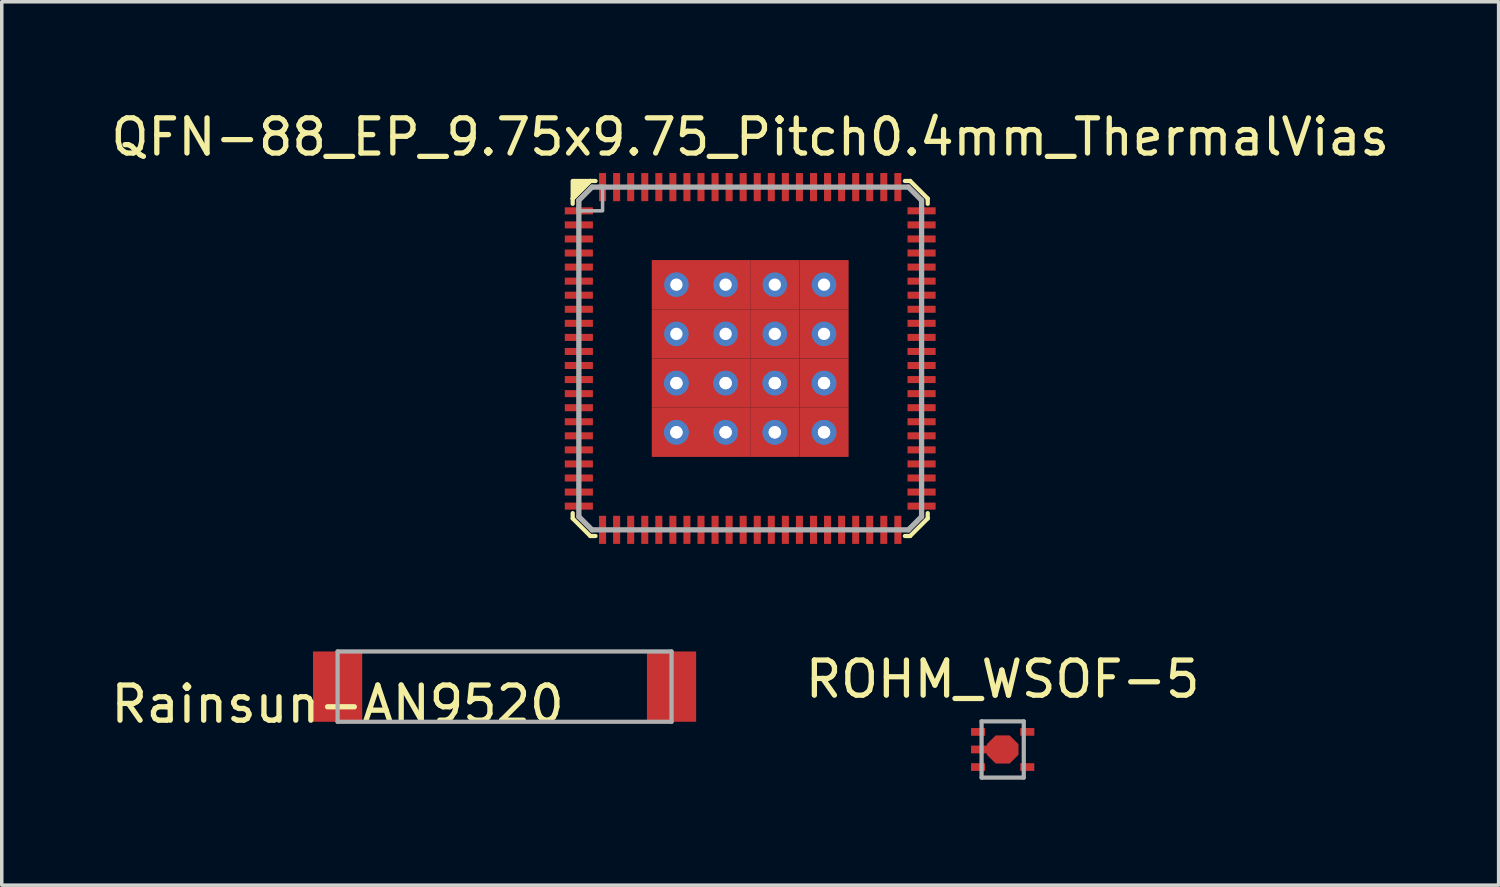
<source format=kicad_pcb>
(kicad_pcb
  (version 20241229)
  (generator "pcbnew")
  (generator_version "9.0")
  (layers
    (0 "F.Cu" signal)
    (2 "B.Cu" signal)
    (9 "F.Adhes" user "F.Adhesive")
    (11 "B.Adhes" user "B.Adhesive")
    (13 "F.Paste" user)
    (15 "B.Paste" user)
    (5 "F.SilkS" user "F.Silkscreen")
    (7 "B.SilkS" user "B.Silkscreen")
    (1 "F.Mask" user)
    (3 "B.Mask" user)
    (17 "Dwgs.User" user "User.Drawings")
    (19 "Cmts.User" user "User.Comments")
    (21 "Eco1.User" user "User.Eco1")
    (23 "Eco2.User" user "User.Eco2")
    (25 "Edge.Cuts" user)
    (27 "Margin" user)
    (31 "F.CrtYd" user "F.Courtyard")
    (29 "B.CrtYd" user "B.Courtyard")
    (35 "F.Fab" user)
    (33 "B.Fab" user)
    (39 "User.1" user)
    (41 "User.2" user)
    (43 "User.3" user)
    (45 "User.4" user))
  (footprint "ROHM_WSOF-5"
    (layer "F.Cu")
    (at 25.474 18.271)
    (property "Reference" "ROHM_WSOF-5" (at 0 -2 0) (layer "F.SilkS") (effects (font (size 1 1) (thickness 0.15))))
    (attr smd)
    (fp_line (start -0.6 -0.8) (end 0.6 -0.8) (stroke (width 0.12) (type solid)) (layer "F.Fab"))
    (fp_line (start -0.6 0.8) (end -0.6 -0.8) (stroke (width 0.12) (type solid)) (layer "F.Fab"))
    (fp_line (start 0.6 -0.8) (end 0.6 0.8) (stroke (width 0.12) (type solid)) (layer "F.Fab"))
    (fp_line (start 0.6 0.8) (end -0.6 0.8) (stroke (width 0.12) (type solid)) (layer "F.Fab"))
    (pad "1" smd rect (at -0.7 -0.5) (size 0.4 0.22) (layers "F.Cu" "F.Mask" "F.Paste"))
    (pad "2" smd rect (at -0.6 0) (size 0.6 0.22) (layers "F.Cu" "F.Mask" "F.Paste"))
    (pad "2" smd custom (at 0 0) (size 0.4 0.3) (layers "F.Cu" "F.Mask" "F.Paste") (options (anchor rect)) (primitives (gr_poly (pts (xy 0.45 -0.15) (xy 0.45 0.15) (xy 0.2 0.4) (xy -0.2 0.4) (xy -0.45 0.15) (xy -0.45 -0.15) (xy -0.2 -0.4) (xy 0.2 -0.4)) (width 0) (fill yes))))
    (pad "3" smd rect (at -0.7 0.5) (size 0.4 0.22) (layers "F.Cu" "F.Mask" "F.Paste"))
    (pad "4" smd rect (at 0.7 0.5) (size 0.4 0.22) (layers "F.Cu" "F.Mask" "F.Paste"))
    (pad "5" smd rect (at 0.7 -0.5) (size 0.4 0.22) (layers "F.Cu" "F.Mask" "F.Paste")))
  (footprint "QFN-88_EP_9.75x9.75_Pitch0.4mm_ThermalVias"
    (layer "F.Cu")
    (at 18.292 7.148)
    (property "Reference" "QFN-88_EP_9.75x9.75_Pitch0.4mm_ThermalVias" (at 0 -6.3 0) (layer "F.SilkS") (effects (font (size 1 1) (thickness 0.15))))
    (attr through_hole)
    (fp_line (start -5.05 -4.55) (end -5.05 -4.4) (stroke (width 0.12) (type solid)) (layer "F.SilkS"))
    (fp_line (start -5.05 4.4) (end -5.05 4.55) (stroke (width 0.12) (type solid)) (layer "F.SilkS"))
    (fp_line (start -5.05 4.55) (end -4.55 5.05) (stroke (width 0.12) (type solid)) (layer "F.SilkS"))
    (fp_line (start -4.55 -5.05) (end -5.05 -4.55) (stroke (width 0.12) (type solid)) (layer "F.SilkS"))
    (fp_line (start -4.55 5.05) (end -4.4 5.05) (stroke (width 0.12) (type solid)) (layer "F.SilkS"))
    (fp_line (start -4.4 -5.05) (end -4.55 -5.05) (stroke (width 0.12) (type solid)) (layer "F.SilkS"))
    (fp_line (start 4.4 5.05) (end 4.55 5.05) (stroke (width 0.12) (type solid)) (layer "F.SilkS"))
    (fp_line (start 4.55 -5.05) (end 4.4 -5.05) (stroke (width 0.12) (type solid)) (layer "F.SilkS"))
    (fp_line (start 4.55 5.05) (end 5.05 4.55) (stroke (width 0.12) (type solid)) (layer "F.SilkS"))
    (fp_line (start 5.05 -4.55) (end 4.55 -5.05) (stroke (width 0.12) (type solid)) (layer "F.SilkS"))
    (fp_line (start 5.05 -4.4) (end 5.05 -4.55) (stroke (width 0.12) (type solid)) (layer "F.SilkS"))
    (fp_line (start 5.05 4.55) (end 5.05 4.4) (stroke (width 0.12) (type solid)) (layer "F.SilkS"))
    (fp_poly (pts (xy -5.05 -4.55) (xy -5.05 -5.05) (xy -4.55 -5.05)) (stroke (width 0.12) (type solid)) (fill yes) (layer "F.SilkS"))
    (fp_line (start -4.875 -4.5) (end -4.875 4.5) (stroke (width 0.15) (type solid)) (layer "F.Fab"))
    (fp_line (start -4.875 -4.5) (end -4.5 -4.875) (stroke (width 0.15) (type solid)) (layer "F.Fab"))
    (fp_line (start -4.875 4.5) (end -4.5 4.875) (stroke (width 0.15) (type solid)) (layer "F.Fab"))
    (fp_line (start -4.5 4.875) (end 4.5 4.875) (stroke (width 0.15) (type solid)) (layer "F.Fab"))
    (fp_line (start 4.5 -4.875) (end -4.5 -4.875) (stroke (width 0.15) (type solid)) (layer "F.Fab"))
    (fp_line (start 4.5 -4.875) (end 4.875 -4.5) (stroke (width 0.15) (type solid)) (layer "F.Fab"))
    (fp_line (start 4.5 4.875) (end 4.875 4.5) (stroke (width 0.15) (type solid)) (layer "F.Fab"))
    (fp_line (start 4.875 4.5) (end 4.875 -4.5) (stroke (width 0.15) (type solid)) (layer "F.Fab"))
    (fp_poly (pts (xy -4.2 -4.2) (xy -4.9 -4.2) (xy -4.875 -4.5) (xy -4.5 -4.875) (xy -4.2 -4.9)) (stroke (width 0.1) (type solid)) (fill no) (layer "F.Fab"))
    (pad "" smd rect (at -2.1 -2.1) (size 1 1) (layers "F.Paste"))
    (pad "" smd rect (at -2.1 -0.7) (size 1 1) (layers "F.Paste"))
    (pad "" smd rect (at -2.1 0.7) (size 1 1) (layers "F.Paste"))
    (pad "" smd rect (at -2.1 2.1) (size 1 1) (layers "F.Paste"))
    (pad "" smd rect (at -0.7 -2.1) (size 1 1) (layers "F.Paste"))
    (pad "" smd rect (at -0.7 -0.7) (size 1 1) (layers "F.Paste"))
    (pad "" smd rect (at -0.7 0.7) (size 1 1) (layers "F.Paste"))
    (pad "" smd rect (at -0.7 2.1) (size 1 1) (layers "F.Paste"))
    (pad "" smd rect (at 0.7 -2.1) (size 1 1) (layers "F.Paste"))
    (pad "" smd rect (at 0.7 -0.7) (size 1 1) (layers "F.Paste"))
    (pad "" smd rect (at 0.7 0.7) (size 1 1) (layers "F.Paste"))
    (pad "" smd rect (at 0.7 2.1) (size 1 1) (layers "F.Paste"))
    (pad "" smd rect (at 2.1 -2.1) (size 1 1) (layers "F.Paste"))
    (pad "" smd rect (at 2.1 -0.7) (size 1 1) (layers "F.Paste"))
    (pad "" smd rect (at 2.1 0.7) (size 1 1) (layers "F.Paste"))
    (pad "" smd rect (at 2.1 2.1) (size 1 1) (layers "F.Paste"))
    (pad "1" smd rect (at -4.875 -4.2 90) (size 0.2 0.8) (layers "F.Cu" "F.Mask" "F.Paste"))
    (pad "2" smd rect (at -4.875 -3.8 90) (size 0.2 0.8) (layers "F.Cu" "F.Mask" "F.Paste"))
    (pad "3" smd rect (at -4.875 -3.4 90) (size 0.2 0.8) (layers "F.Cu" "F.Mask" "F.Paste"))
    (pad "4" smd rect (at -4.875 -3 90) (size 0.2 0.8) (layers "F.Cu" "F.Mask" "F.Paste"))
    (pad "5" smd rect (at -4.875 -2.6 90) (size 0.2 0.8) (layers "F.Cu" "F.Mask" "F.Paste"))
    (pad "6" smd rect (at -4.875 -2.2 90) (size 0.2 0.8) (layers "F.Cu" "F.Mask" "F.Paste"))
    (pad "7" smd rect (at -4.875 -1.8 90) (size 0.2 0.8) (layers "F.Cu" "F.Mask" "F.Paste"))
    (pad "8" smd rect (at -4.875 -1.4 90) (size 0.2 0.8) (layers "F.Cu" "F.Mask" "F.Paste"))
    (pad "9" smd rect (at -4.875 -1 90) (size 0.2 0.8) (layers "F.Cu" "F.Mask" "F.Paste"))
    (pad "10" smd rect (at -4.875 -0.6 90) (size 0.2 0.8) (layers "F.Cu" "F.Mask" "F.Paste"))
    (pad "11" smd rect (at -4.875 -0.2 90) (size 0.2 0.8) (layers "F.Cu" "F.Mask" "F.Paste"))
    (pad "12" smd rect (at -4.875 0.2 90) (size 0.2 0.8) (layers "F.Cu" "F.Mask" "F.Paste"))
    (pad "13" smd rect (at -4.875 0.6 90) (size 0.2 0.8) (layers "F.Cu" "F.Mask" "F.Paste"))
    (pad "14" smd rect (at -4.875 1 90) (size 0.2 0.8) (layers "F.Cu" "F.Mask" "F.Paste"))
    (pad "15" smd rect (at -4.875 1.4 90) (size 0.2 0.8) (layers "F.Cu" "F.Mask" "F.Paste"))
    (pad "16" smd rect (at -4.875 1.8 90) (size 0.2 0.8) (layers "F.Cu" "F.Mask" "F.Paste"))
    (pad "17" smd rect (at -4.875 2.2 90) (size 0.2 0.8) (layers "F.Cu" "F.Mask" "F.Paste"))
    (pad "18" smd rect (at -4.875 2.6 90) (size 0.2 0.8) (layers "F.Cu" "F.Mask" "F.Paste"))
    (pad "19" smd rect (at -4.875 3 90) (size 0.2 0.8) (layers "F.Cu" "F.Mask" "F.Paste"))
    (pad "20" smd rect (at -4.875 3.4 90) (size 0.2 0.8) (layers "F.Cu" "F.Mask" "F.Paste"))
    (pad "21" smd rect (at -4.875 3.8 90) (size 0.2 0.8) (layers "F.Cu" "F.Mask" "F.Paste"))
    (pad "22" smd rect (at -4.875 4.2 90) (size 0.2 0.8) (layers "F.Cu" "F.Mask" "F.Paste"))
    (pad "23" smd rect (at -4.2 4.875) (size 0.2 0.8) (layers "F.Cu" "F.Mask" "F.Paste"))
    (pad "24" smd rect (at -3.8 4.875) (size 0.2 0.8) (layers "F.Cu" "F.Mask" "F.Paste"))
    (pad "25" smd rect (at -3.4 4.875) (size 0.2 0.8) (layers "F.Cu" "F.Mask" "F.Paste"))
    (pad "26" smd rect (at -3 4.875) (size 0.2 0.8) (layers "F.Cu" "F.Mask" "F.Paste"))
    (pad "27" smd rect (at -2.6 4.875) (size 0.2 0.8) (layers "F.Cu" "F.Mask" "F.Paste"))
    (pad "28" smd rect (at -2.2 4.875) (size 0.2 0.8) (layers "F.Cu" "F.Mask" "F.Paste"))
    (pad "29" smd rect (at -1.8 4.875) (size 0.2 0.8) (layers "F.Cu" "F.Mask" "F.Paste"))
    (pad "30" smd rect (at -1.4 4.875) (size 0.2 0.8) (layers "F.Cu" "F.Mask" "F.Paste"))
    (pad "31" smd rect (at -1 4.875) (size 0.2 0.8) (layers "F.Cu" "F.Mask" "F.Paste"))
    (pad "32" smd rect (at -0.6 4.875) (size 0.2 0.8) (layers "F.Cu" "F.Mask" "F.Paste"))
    (pad "33" smd rect (at -0.2 4.875) (size 0.2 0.8) (layers "F.Cu" "F.Mask" "F.Paste"))
    (pad "34" smd rect (at 0.2 4.875) (size 0.2 0.8) (layers "F.Cu" "F.Mask" "F.Paste"))
    (pad "35" smd rect (at 0.6 4.875) (size 0.2 0.8) (layers "F.Cu" "F.Mask" "F.Paste"))
    (pad "36" smd rect (at 1 4.875) (size 0.2 0.8) (layers "F.Cu" "F.Mask" "F.Paste"))
    (pad "37" smd rect (at 1.4 4.875) (size 0.2 0.8) (layers "F.Cu" "F.Mask" "F.Paste"))
    (pad "38" smd rect (at 1.8 4.875) (size 0.2 0.8) (layers "F.Cu" "F.Mask" "F.Paste"))
    (pad "39" smd rect (at 2.2 4.875) (size 0.2 0.8) (layers "F.Cu" "F.Mask" "F.Paste"))
    (pad "40" smd rect (at 2.6 4.875) (size 0.2 0.8) (layers "F.Cu" "F.Mask" "F.Paste"))
    (pad "41" smd rect (at 3 4.875) (size 0.2 0.8) (layers "F.Cu" "F.Mask" "F.Paste"))
    (pad "42" smd rect (at 3.4 4.875) (size 0.2 0.8) (layers "F.Cu" "F.Mask" "F.Paste"))
    (pad "43" smd rect (at 3.8 4.875) (size 0.2 0.8) (layers "F.Cu" "F.Mask" "F.Paste"))
    (pad "44" smd rect (at 4.2 4.875) (size 0.2 0.8) (layers "F.Cu" "F.Mask" "F.Paste"))
    (pad "45" smd rect (at 4.875 4.2 90) (size 0.2 0.8) (layers "F.Cu" "F.Mask" "F.Paste"))
    (pad "46" smd rect (at 4.875 3.8 90) (size 0.2 0.8) (layers "F.Cu" "F.Mask" "F.Paste"))
    (pad "47" smd rect (at 4.875 3.4 90) (size 0.2 0.8) (layers "F.Cu" "F.Mask" "F.Paste"))
    (pad "48" smd rect (at 4.875 3 90) (size 0.2 0.8) (layers "F.Cu" "F.Mask" "F.Paste"))
    (pad "49" smd rect (at 4.875 2.6 90) (size 0.2 0.8) (layers "F.Cu" "F.Mask" "F.Paste"))
    (pad "50" smd rect (at 4.875 2.2 90) (size 0.2 0.8) (layers "F.Cu" "F.Mask" "F.Paste"))
    (pad "51" smd rect (at 4.875 1.8 90) (size 0.2 0.8) (layers "F.Cu" "F.Mask" "F.Paste"))
    (pad "52" smd rect (at 4.875 1.4 90) (size 0.2 0.8) (layers "F.Cu" "F.Mask" "F.Paste"))
    (pad "53" smd rect (at 4.875 1 90) (size 0.2 0.8) (layers "F.Cu" "F.Mask" "F.Paste"))
    (pad "54" smd rect (at 4.875 0.6 90) (size 0.2 0.8) (layers "F.Cu" "F.Mask" "F.Paste"))
    (pad "55" smd rect (at 4.875 0.2 90) (size 0.2 0.8) (layers "F.Cu" "F.Mask" "F.Paste"))
    (pad "56" smd rect (at 4.875 -0.2 90) (size 0.2 0.8) (layers "F.Cu" "F.Mask" "F.Paste"))
    (pad "57" smd rect (at 4.875 -0.6 90) (size 0.2 0.8) (layers "F.Cu" "F.Mask" "F.Paste"))
    (pad "58" smd rect (at 4.875 -1 90) (size 0.2 0.8) (layers "F.Cu" "F.Mask" "F.Paste"))
    (pad "59" smd rect (at 4.875 -1.4 90) (size 0.2 0.8) (layers "F.Cu" "F.Mask" "F.Paste"))
    (pad "60" smd rect (at 4.875 -1.8 90) (size 0.2 0.8) (layers "F.Cu" "F.Mask" "F.Paste"))
    (pad "61" smd rect (at 4.875 -2.2 90) (size 0.2 0.8) (layers "F.Cu" "F.Mask" "F.Paste"))
    (pad "62" smd rect (at 4.875 -2.6 90) (size 0.2 0.8) (layers "F.Cu" "F.Mask" "F.Paste"))
    (pad "63" smd rect (at 4.875 -3 90) (size 0.2 0.8) (layers "F.Cu" "F.Mask" "F.Paste"))
    (pad "64" smd rect (at 4.875 -3.4 90) (size 0.2 0.8) (layers "F.Cu" "F.Mask" "F.Paste"))
    (pad "65" smd rect (at 4.875 -3.8 90) (size 0.2 0.8) (layers "F.Cu" "F.Mask" "F.Paste"))
    (pad "66" smd rect (at 4.875 -4.2 90) (size 0.2 0.8) (layers "F.Cu" "F.Mask" "F.Paste"))
    (pad "67" smd rect (at 4.2 -4.875) (size 0.2 0.8) (layers "F.Cu" "F.Mask" "F.Paste"))
    (pad "68" smd rect (at 3.8 -4.875) (size 0.2 0.8) (layers "F.Cu" "F.Mask" "F.Paste"))
    (pad "69" smd rect (at 3.4 -4.875) (size 0.2 0.8) (layers "F.Cu" "F.Mask" "F.Paste"))
    (pad "70" smd rect (at 3 -4.875) (size 0.2 0.8) (layers "F.Cu" "F.Mask" "F.Paste"))
    (pad "71" smd rect (at 2.6 -4.875) (size 0.2 0.8) (layers "F.Cu" "F.Mask" "F.Paste"))
    (pad "72" smd rect (at 2.2 -4.875) (size 0.2 0.8) (layers "F.Cu" "F.Mask" "F.Paste"))
    (pad "73" smd rect (at 1.8 -4.875) (size 0.2 0.8) (layers "F.Cu" "F.Mask" "F.Paste"))
    (pad "74" smd rect (at 1.4 -4.875) (size 0.2 0.8) (layers "F.Cu" "F.Mask" "F.Paste"))
    (pad "75" smd rect (at 1 -4.875) (size 0.2 0.8) (layers "F.Cu" "F.Mask" "F.Paste"))
    (pad "76" smd rect (at 0.6 -4.875) (size 0.2 0.8) (layers "F.Cu" "F.Mask" "F.Paste"))
    (pad "77" smd rect (at 0.2 -4.875) (size 0.2 0.8) (layers "F.Cu" "F.Mask" "F.Paste"))
    (pad "78" smd rect (at -0.2 -4.875) (size 0.2 0.8) (layers "F.Cu" "F.Mask" "F.Paste"))
    (pad "79" smd rect (at -0.6 -4.875) (size 0.2 0.8) (layers "F.Cu" "F.Mask" "F.Paste"))
    (pad "80" smd rect (at -1 -4.875) (size 0.2 0.8) (layers "F.Cu" "F.Mask" "F.Paste"))
    (pad "81" smd rect (at -1.4 -4.875) (size 0.2 0.8) (layers "F.Cu" "F.Mask" "F.Paste"))
    (pad "82" smd rect (at -1.8 -4.875) (size 0.2 0.8) (layers "F.Cu" "F.Mask" "F.Paste"))
    (pad "83" smd rect (at -2.2 -4.875) (size 0.2 0.8) (layers "F.Cu" "F.Mask" "F.Paste"))
    (pad "84" smd rect (at -2.6 -4.875) (size 0.2 0.8) (layers "F.Cu" "F.Mask" "F.Paste"))
    (pad "85" smd rect (at -3 -4.875) (size 0.2 0.8) (layers "F.Cu" "F.Mask" "F.Paste"))
    (pad "86" smd rect (at -3.4 -4.875) (size 0.2 0.8) (layers "F.Cu" "F.Mask" "F.Paste"))
    (pad "87" smd rect (at -3.8 -4.875) (size 0.2 0.8) (layers "F.Cu" "F.Mask" "F.Paste"))
    (pad "88" smd rect (at -4.2 -4.875) (size 0.2 0.8) (layers "F.Cu" "F.Mask" "F.Paste"))
    (pad "89" thru_hole circle (at -2.1 -2.1) (size 0.7 0.7) (drill 0.35) (layers "*.Cu" "*.Mask"))
    (pad "89" smd rect (at -2.1 -2.1) (size 1.4 1.4) (layers "F.Cu" "F.Mask" "F.Paste"))
    (pad "89" thru_hole circle (at -2.1 -0.7) (size 0.7 0.7) (drill 0.35) (layers "*.Cu" "*.Mask"))
    (pad "89" smd rect (at -2.1 -0.7) (size 1.4 1.4) (layers "F.Cu" "F.Mask" "F.Paste"))
    (pad "89" thru_hole circle (at -2.1 0.7) (size 0.7 0.7) (drill 0.35) (layers "*.Cu" "*.Mask"))
    (pad "89" thru_hole circle (at -2.1 0.7) (size 0.7 0.7) (drill 0.35) (layers "*.Cu" "*.Mask"))
    (pad "89" smd rect (at -2.1 0.7) (size 1.4 1.4) (layers "F.Cu" "F.Mask" "F.Paste"))
    (pad "89" thru_hole circle (at -2.1 2.1) (size 0.7 0.7) (drill 0.35) (layers "*.Cu" "*.Mask"))
    (pad "89" thru_hole circle (at -2.1 2.1) (size 0.7 0.7) (drill 0.35) (layers "*.Cu" "*.Mask"))
    (pad "89" smd rect (at -2.1 2.1) (size 1.4 1.4) (layers "F.Cu" "F.Mask" "F.Paste"))
    (pad "89" thru_hole circle (at -0.7 -2.1) (size 0.7 0.7) (drill 0.35) (layers "*.Cu" "*.Mask"))
    (pad "89" smd rect (at -0.7 -2.1) (size 1.4 1.4) (layers "F.Cu" "F.Mask" "F.Paste"))
    (pad "89" thru_hole circle (at -0.7 -0.7) (size 0.7 0.7) (drill 0.35) (layers "*.Cu" "*.Mask"))
    (pad "89" smd rect (at -0.7 -0.7) (size 1.4 1.4) (layers "F.Cu" "F.Mask" "F.Paste"))
    (pad "89" thru_hole circle (at -0.7 0.7) (size 0.7 0.7) (drill 0.35) (layers "*.Cu" "*.Mask"))
    (pad "89" thru_hole circle (at -0.7 0.7) (size 0.7 0.7) (drill 0.35) (layers "*.Cu" "*.Mask"))
    (pad "89" smd rect (at -0.7 0.7) (size 1.4 1.4) (layers "F.Cu" "F.Mask" "F.Paste"))
    (pad "89" thru_hole circle (at -0.7 2.1) (size 0.7 0.7) (drill 0.35) (layers "*.Cu" "*.Mask"))
    (pad "89" thru_hole circle (at -0.7 2.1) (size 0.7 0.7) (drill 0.35) (layers "*.Cu" "*.Mask"))
    (pad "89" smd rect (at -0.7 2.1) (size 1.4 1.4) (layers "F.Cu" "F.Mask" "F.Paste"))
    (pad "89" thru_hole circle (at 0.7 -2.1) (size 0.7 0.7) (drill 0.35) (layers "*.Cu" "*.Mask"))
    (pad "89" smd rect (at 0.7 -2.1) (size 1.4 1.4) (layers "F.Cu" "F.Mask" "F.Paste"))
    (pad "89" thru_hole circle (at 0.7 -0.7) (size 0.7 0.7) (drill 0.35) (layers "*.Cu" "*.Mask"))
    (pad "89" smd rect (at 0.7 -0.7) (size 1.4 1.4) (layers "F.Cu" "F.Mask" "F.Paste"))
    (pad "89" thru_hole circle (at 0.7 0.7) (size 0.7 0.7) (drill 0.35) (layers "*.Cu" "*.Mask"))
    (pad "89" thru_hole circle (at 0.7 0.7) (size 0.7 0.7) (drill 0.35) (layers "*.Cu" "*.Mask"))
    (pad "89" smd rect (at 0.7 0.7) (size 1.4 1.4) (layers "F.Cu" "F.Mask" "F.Paste"))
    (pad "89" thru_hole circle (at 0.7 2.1) (size 0.7 0.7) (drill 0.35) (layers "*.Cu" "*.Mask"))
    (pad "89" thru_hole circle (at 0.7 2.1) (size 0.7 0.7) (drill 0.35) (layers "*.Cu" "*.Mask"))
    (pad "89" smd rect (at 0.7 2.1) (size 1.4 1.4) (layers "F.Cu" "F.Mask" "F.Paste"))
    (pad "89" thru_hole circle (at 2.1 -2.1) (size 0.7 0.7) (drill 0.35) (layers "*.Cu" "*.Mask"))
    (pad "89" smd rect (at 2.1 -2.1) (size 1.4 1.4) (layers "F.Cu" "F.Mask" "F.Paste"))
    (pad "89" thru_hole circle (at 2.1 -0.7) (size 0.7 0.7) (drill 0.35) (layers "*.Cu" "*.Mask"))
    (pad "89" smd rect (at 2.1 -0.7) (size 1.4 1.4) (layers "F.Cu" "F.Mask" "F.Paste"))
    (pad "89" thru_hole circle (at 2.1 0.7) (size 0.7 0.7) (drill 0.35) (layers "*.Cu" "*.Mask"))
    (pad "89" thru_hole circle (at 2.1 0.7) (size 0.7 0.7) (drill 0.35) (layers "*.Cu" "*.Mask"))
    (pad "89" smd rect (at 2.1 0.7) (size 1.4 1.4) (layers "F.Cu" "F.Mask" "F.Paste"))
    (pad "89" thru_hole circle (at 2.1 2.1) (size 0.7 0.7) (drill 0.35) (layers "*.Cu" "*.Mask"))
    (pad "89" thru_hole circle (at 2.1 2.1) (size 0.7 0.7) (drill 0.35) (layers "*.Cu" "*.Mask"))
    (pad "89" smd rect (at 2.1 2.1) (size 1.4 1.4) (layers "F.Cu" "F.Mask" "F.Paste")))
  (footprint "Rainsun-AN9520"
    (layer "F.Cu")
    (at 11.304 16.483)
    (property "Reference" "Rainsun-AN9520" (at -4.75 0.5 0) (layer "F.SilkS") (effects (font (size 1 1) (thickness 0.15))))
    (attr smd)
    (fp_line (start -4.75 -1) (end -4.75 1) (stroke (width 0.12) (type solid)) (layer "F.Fab"))
    (fp_line (start -4.75 1) (end 4.75 1) (stroke (width 0.12) (type solid)) (layer "F.Fab"))
    (fp_line (start 4.75 -1) (end -4.75 -1) (stroke (width 0.12) (type solid)) (layer "F.Fab"))
    (fp_line (start 4.75 1) (end 4.75 -1) (stroke (width 0.12) (type solid)) (layer "F.Fab"))
    (pad "1" smd rect (at -4.75 0) (size 1.4 2) (layers "F.Cu" "F.Mask" "F.Paste"))
    (pad "2" smd rect (at 4.75 0) (size 1.4 2) (layers "F.Cu" "F.Mask" "F.Paste")))
  (gr_rect
    (start -3 -3)
    (end 39.583 22.131)
    (stroke (width 0.1) (type default))
    (fill no)
    (layer "Edge.Cuts")))
</source>
